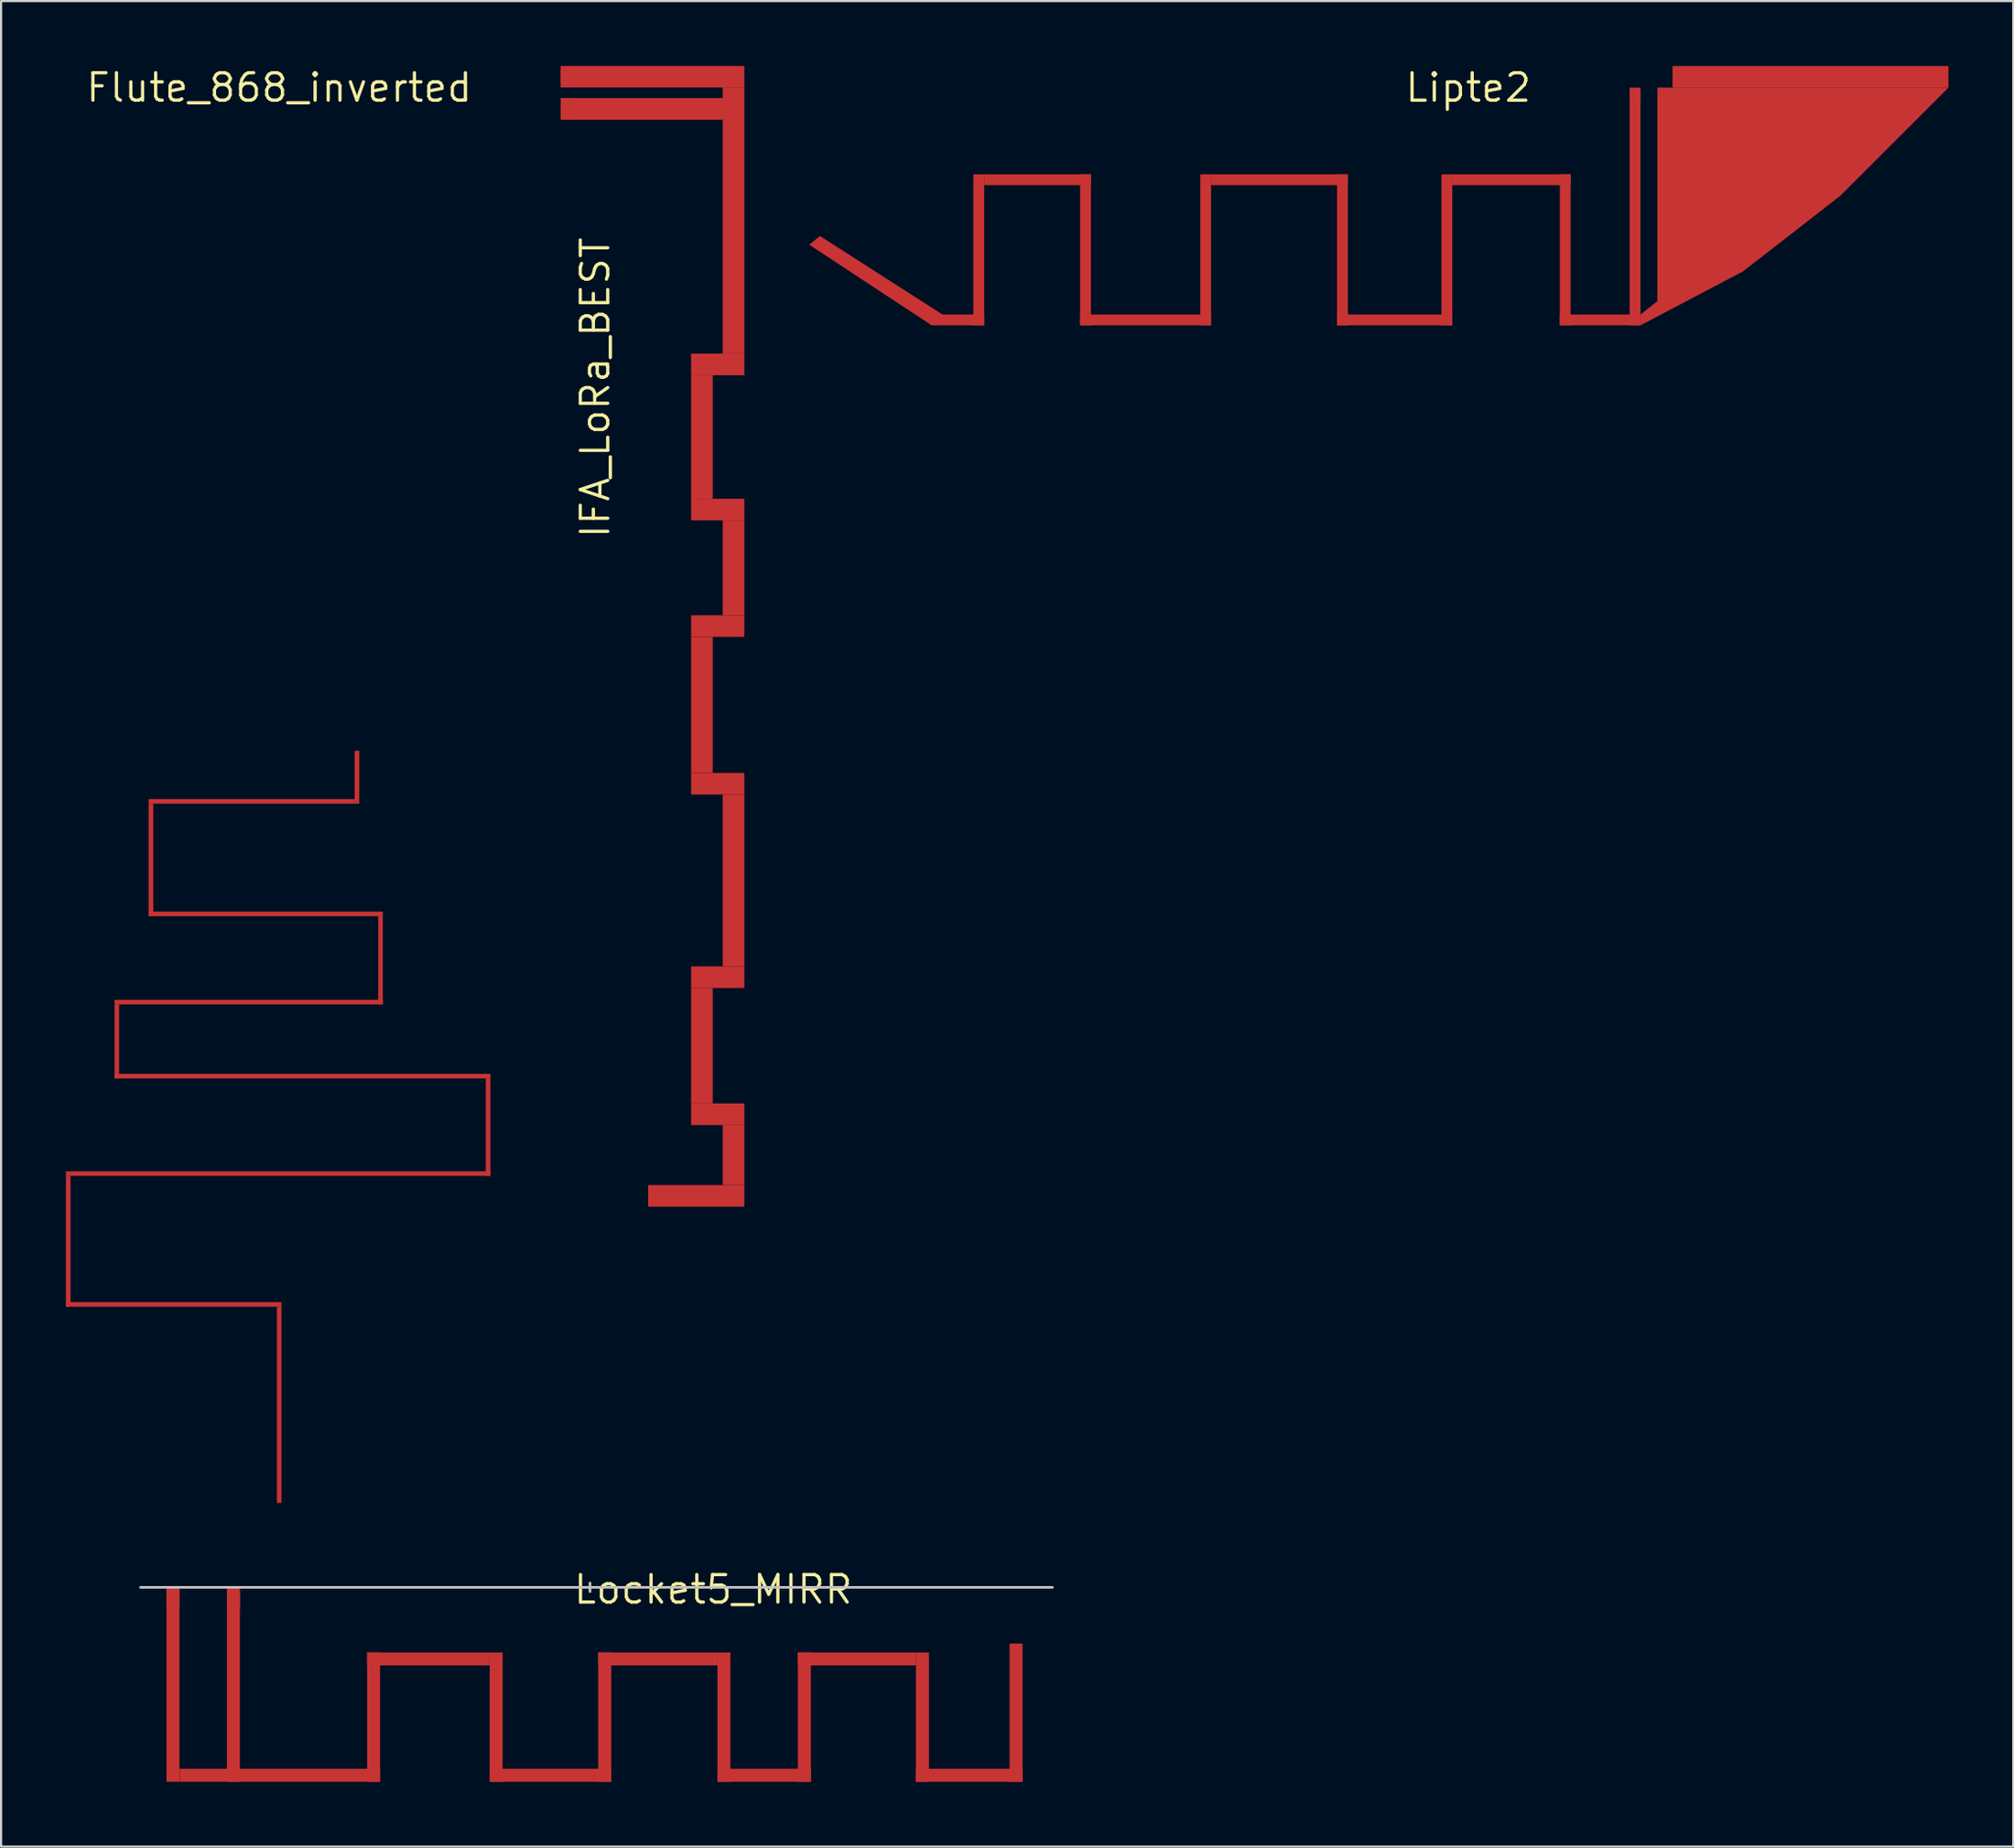
<source format=kicad_pcb>
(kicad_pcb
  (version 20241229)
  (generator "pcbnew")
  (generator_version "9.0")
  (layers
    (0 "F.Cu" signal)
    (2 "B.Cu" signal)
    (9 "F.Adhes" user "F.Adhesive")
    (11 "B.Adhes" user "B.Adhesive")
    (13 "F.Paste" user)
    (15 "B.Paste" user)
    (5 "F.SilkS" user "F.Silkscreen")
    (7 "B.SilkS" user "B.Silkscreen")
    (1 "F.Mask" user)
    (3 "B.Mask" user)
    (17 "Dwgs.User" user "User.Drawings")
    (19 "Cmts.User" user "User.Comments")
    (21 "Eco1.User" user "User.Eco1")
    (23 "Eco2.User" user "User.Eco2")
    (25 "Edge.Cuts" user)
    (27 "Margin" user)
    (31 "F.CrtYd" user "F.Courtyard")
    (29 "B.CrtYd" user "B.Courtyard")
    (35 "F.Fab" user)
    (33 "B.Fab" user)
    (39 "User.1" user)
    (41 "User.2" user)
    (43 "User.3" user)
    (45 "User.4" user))
  (footprint "Lipte2"
    (layer "F.Cu")
    (at 64.89 1.006)
    (property "Reference" "Lipte2" (at 0 0 0) (layer "F.SilkS") (effects (font (size 1.27 1.27) (thickness 0.15))))
    (attr smd exclude_from_bom allow_missing_courtyard)
    (fp_rect (start -22.398 11) (end -24.83 10.5) (stroke (width 0) (type solid)) (fill yes) (layer "F.Cu"))
    (fp_rect (start -22.398 11) (end -22.898 4.012) (stroke (width 0) (type solid)) (fill yes) (layer "F.Cu"))
    (fp_rect (start -17.461 4.012) (end -22.398 4.512) (stroke (width 0) (type solid)) (fill yes) (layer "F.Cu"))
    (fp_rect (start -17.461 11) (end -17.961 4.012) (stroke (width 0) (type solid)) (fill yes) (layer "F.Cu"))
    (fp_rect (start -11.9 11) (end -17.961 10.5) (stroke (width 0) (type solid)) (fill yes) (layer "F.Cu"))
    (fp_rect (start -11.9 11) (end -12.4 4.012) (stroke (width 0) (type solid)) (fill yes) (layer "F.Cu"))
    (fp_rect (start -5.57 4.012) (end -11.9 4.512) (stroke (width 0) (type solid)) (fill yes) (layer "F.Cu"))
    (fp_rect (start -5.57 11) (end -6.07 4.012) (stroke (width 0) (type solid)) (fill yes) (layer "F.Cu"))
    (fp_rect (start -0.739 11) (end -6.07 10.5) (stroke (width 0) (type solid)) (fill yes) (layer "F.Cu"))
    (fp_rect (start -0.739 11) (end -1.239 4.012) (stroke (width 0) (type solid)) (fill yes) (layer "F.Cu"))
    (fp_rect (start 4.737 4.012) (end -0.739 4.512) (stroke (width 0) (type solid)) (fill yes) (layer "F.Cu"))
    (fp_rect (start 4.737 11) (end 4.237 4.012) (stroke (width 0) (type solid)) (fill yes) (layer "F.Cu"))
    (fp_rect (start 7.97 11) (end 4.237 10.5) (stroke (width 0) (type solid)) (fill yes) (layer "F.Cu"))
    (fp_poly (pts (xy -24.33 10.5) (xy -29.998 6.867) (xy -30.498 7.267) (xy -24.83 11)) (stroke (width 0) (type solid)) (fill yes) (layer "F.Cu"))
    (fp_poly (pts (xy 7.47 0.2) (xy 7.97 0.2) (xy 7.97 11) (xy 7.47 11)) (stroke (width 0) (type solid)) (fill yes) (layer "F.Cu"))
    (fp_poly (pts (xy 7.97 11) (xy 12.72 8.5) (xy 17.22 5) (xy 22.22 0) (xy 8.75 0) (xy 8.75 9.882) (xy 7.97 10.5)) (stroke (width 0) (type solid)) (fill yes) (layer "F.Cu"))
    (pad "1" smd rect (at 7.72 0.25) (size 0.5 0.5) (layers "F.Cu"))
    (pad "2" smd rect (at 15.835 -0.5) (size 12.77 1) (layers "F.Cu")))
  (footprint "Flute_868_inverted"
    (layer "F.Cu")
    (at 9.868 31.706)
    (property "Reference" "Flute_868_inverted" (at 0 -30.7 0) (layer "F.SilkS") (effects (font (size 1.27 1.27) (thickness 0.15))))
    (fp_poly (pts (xy -9.868 19.666) (xy -9.655 19.666) (xy -9.655 25.72) (xy -9.868 25.72)) (stroke (width 0.001) (type solid)) (fill yes) (layer "F.Cu"))
    (fp_poly (pts (xy -9.868 25.72) (xy 0.106 25.72) (xy 0.106 25.508) (xy -9.868 25.508)) (stroke (width 0.001) (type solid)) (fill yes) (layer "F.Cu"))
    (fp_poly (pts (xy -7.618 11.729) (xy -7.406 11.729) (xy -7.406 15.158) (xy -7.618 15.158)) (stroke (width 0.001) (type solid)) (fill yes) (layer "F.Cu"))
    (fp_poly (pts (xy -7.618 15.158) (xy 9.773 15.158) (xy 9.773 14.946) (xy -7.618 14.946)) (stroke (width 0.001) (type solid)) (fill yes) (layer "F.Cu"))
    (fp_poly (pts (xy -6.037 2.439) (xy -5.824 2.439) (xy -5.824 7.648) (xy -6.037 7.648)) (stroke (width 0.001) (type solid)) (fill yes) (layer "F.Cu"))
    (fp_poly (pts (xy -6.037 7.648) (xy 4.797 7.648) (xy 4.797 7.435) (xy -6.037 7.435)) (stroke (width 0.001) (type solid)) (fill yes) (layer "F.Cu"))
    (fp_poly (pts (xy 0.106 25.72) (xy -0.106 25.72) (xy -0.106 34.8) (xy 0.106 34.8)) (stroke (width 0.001) (type solid)) (fill yes) (layer "F.Cu"))
    (fp_poly (pts (xy 3.494 2.439) (xy -6.037 2.439) (xy -6.037 2.226) (xy 3.494 2.226)) (stroke (width 0.001) (type solid)) (fill yes) (layer "F.Cu"))
    (fp_poly (pts (xy 3.706 0) (xy 3.494 0) (xy 3.494 2.439) (xy 3.706 2.439)) (stroke (width 0.001) (type solid)) (fill yes) (layer "F.Cu"))
    (fp_poly (pts (xy 4.797 7.648) (xy 4.585 7.648) (xy 4.585 11.729) (xy 4.797 11.729)) (stroke (width 0.001) (type solid)) (fill yes) (layer "F.Cu"))
    (fp_poly (pts (xy 4.797 11.729) (xy -7.618 11.729) (xy -7.618 11.517) (xy 4.797 11.517)) (stroke (width 0.001) (type solid)) (fill yes) (layer "F.Cu"))
    (fp_poly (pts (xy 9.773 15.158) (xy 9.56 15.158) (xy 9.56 19.666) (xy 9.773 19.666)) (stroke (width 0.001) (type solid)) (fill yes) (layer "F.Cu"))
    (fp_poly (pts (xy 9.773 19.666) (xy -9.868 19.666) (xy -9.868 19.454) (xy 9.773 19.454)) (stroke (width 0.001) (type solid)) (fill yes) (layer "F.Cu"))
    (pad "1" smd rect (at 3.6 0.1) (size 0.2 0.2) (layers "F.Cu")))
  (footprint "IFA_LoRa_BEST"
    (layer "F.Cu")
    (at 22.891 26.788)
    (property "Reference" "IFA_LoRa_BEST" (at 1.6 -11.9 270) (layer "F.SilkS") (effects (font (size 1.27 1.27) (thickness 0.15))))
    (attr through_hole)
    (fp_poly (pts (xy 0 -25.788) (xy 8.5 -25.788) (xy 8.5 -26.788) (xy 0 -26.788)) (stroke (width 0.001) (type solid)) (fill yes) (layer "F.Cu"))
    (fp_poly (pts (xy 0.2 -25.3) (xy 8.5 -25.3) (xy 8.5 -24.3) (xy 0.2 -24.3)) (stroke (width 0.001) (type solid)) (fill yes) (layer "F.Cu"))
    (fp_poly (pts (xy 6.038 -12.471) (xy 7.038 -12.471) (xy 7.038 -6.754) (xy 6.038 -6.754)) (stroke (width 0.001) (type solid)) (fill yes) (layer "F.Cu"))
    (fp_poly (pts (xy 6.038 -6.754) (xy 8.5 -6.754) (xy 8.5 -5.754) (xy 6.038 -5.754)) (stroke (width 0.001) (type solid)) (fill yes) (layer "F.Cu"))
    (fp_poly (pts (xy 6.038 -0.362) (xy 7.038 -0.362) (xy 7.038 5.933) (xy 6.038 5.933)) (stroke (width 0.001) (type solid)) (fill yes) (layer "F.Cu"))
    (fp_poly (pts (xy 6.038 5.933) (xy 8.5 5.933) (xy 8.5 6.933) (xy 6.038 6.933)) (stroke (width 0.001) (type solid)) (fill yes) (layer "F.Cu"))
    (fp_poly (pts (xy 6.038 15.888) (xy 7.038 15.888) (xy 7.038 21.229) (xy 6.038 21.229)) (stroke (width 0.001) (type solid)) (fill yes) (layer "F.Cu"))
    (fp_poly (pts (xy 6.038 21.229) (xy 8.5 21.229) (xy 8.5 22.229) (xy 6.038 22.229)) (stroke (width 0.001) (type solid)) (fill yes) (layer "F.Cu"))
    (fp_poly (pts (xy 7.5 -25.788) (xy 8.5 -25.788) (xy 8.5 -25.3) (xy 7.5 -25.3)) (stroke (width 0.001) (type solid)) (fill yes) (layer "F.Cu"))
    (fp_poly (pts (xy 8.5 -24.3) (xy 7.5 -24.3) (xy 7.5 -13.471) (xy 8.5 -13.471)) (stroke (width 0.001) (type solid)) (fill yes) (layer "F.Cu"))
    (fp_poly (pts (xy 8.5 -13.471) (xy 6.038 -13.471) (xy 6.038 -12.471) (xy 8.5 -12.471)) (stroke (width 0.001) (type solid)) (fill yes) (layer "F.Cu"))
    (fp_poly (pts (xy 8.5 -5.754) (xy 7.5 -5.754) (xy 7.5 -1.362) (xy 8.5 -1.362)) (stroke (width 0.001) (type solid)) (fill yes) (layer "F.Cu"))
    (fp_poly (pts (xy 8.5 -1.362) (xy 6.038 -1.362) (xy 6.038 -0.362) (xy 8.5 -0.362)) (stroke (width 0.001) (type solid)) (fill yes) (layer "F.Cu"))
    (fp_poly (pts (xy 8.5 6.933) (xy 7.5 6.933) (xy 7.5 14.888) (xy 8.5 14.888)) (stroke (width 0.001) (type solid)) (fill yes) (layer "F.Cu"))
    (fp_poly (pts (xy 8.5 14.888) (xy 6.038 14.888) (xy 6.038 15.888) (xy 8.5 15.888)) (stroke (width 0.001) (type solid)) (fill yes) (layer "F.Cu"))
    (fp_poly (pts (xy 8.5 22.229) (xy 7.5 22.229) (xy 7.5 25.008) (xy 8.5 25.008)) (stroke (width 0.001) (type solid)) (fill yes) (layer "F.Cu"))
    (fp_poly (pts (xy 8.5 25.008) (xy 4.05 25.008) (xy 4.05 26.008) (xy 8.5 26.008)) (stroke (width 0.001) (type solid)) (fill yes) (layer "F.Cu"))
    (pad "1" smd rect (at 0.3 -24.8) (size 0.6 1) (layers "F.Cu"))
    (pad "2" smd rect (at 0.3 -26.3) (size 0.6 0.6) (layers "F.Cu")))
  (footprint "Locket5_MIRR"
    (layer "F.Cu")
    (at 24.25 70.413)
    (property "Reference" "Locket5_MIRR" (at 5.7 0.1 0) (layer "F.SilkS") (effects (font (size 1.27 1.27) (thickness 0.15))))
    (attr through_hole)
    (fp_poly (pts (xy -18.996 0) (xy -19.596 0) (xy -19.596 9) (xy -18.996 9)) (stroke (width 0.001) (type solid)) (fill yes) (layer "F.Cu"))
    (fp_poly (pts (xy -16.8 9) (xy -18.996 9) (xy -18.996 8.4) (xy -16.8 8.4)) (stroke (width 0.001) (type solid)) (fill yes) (layer "F.Cu"))
    (fp_poly (pts (xy -16.8 9) (xy -9.712 9) (xy -9.712 8.4) (xy -16.8 8.4)) (stroke (width 0.001) (type solid)) (fill yes) (layer "F.Cu"))
    (fp_poly (pts (xy -16.2 0.2) (xy -16.8 0.2) (xy -16.8 9) (xy -16.2 9)) (stroke (width 0.001) (type solid)) (fill yes) (layer "F.Cu"))
    (fp_poly (pts (xy -10.312 3.014) (xy -4.642 3.014) (xy -4.642 3.614) (xy -10.312 3.614)) (stroke (width 0.001) (type solid)) (fill yes) (layer "F.Cu"))
    (fp_poly (pts (xy -10.312 9) (xy -9.712 9) (xy -9.712 3.014) (xy -10.312 3.014)) (stroke (width 0.001) (type solid)) (fill yes) (layer "F.Cu"))
    (fp_poly (pts (xy -4.642 9) (xy -4.042 9) (xy -4.042 3.014) (xy -4.642 3.014)) (stroke (width 0.001) (type solid)) (fill yes) (layer "F.Cu"))
    (fp_poly (pts (xy -4.642 9) (xy 0.98 9) (xy 0.98 8.4) (xy -4.642 8.4)) (stroke (width 0.001) (type solid)) (fill yes) (layer "F.Cu"))
    (fp_poly (pts (xy 0.38 3.014) (xy 5.899 3.014) (xy 5.899 3.614) (xy 0.38 3.614)) (stroke (width 0.001) (type solid)) (fill yes) (layer "F.Cu"))
    (fp_poly (pts (xy 0.38 9) (xy 0.98 9) (xy 0.98 3.014) (xy 0.38 3.014)) (stroke (width 0.001) (type solid)) (fill yes) (layer "F.Cu"))
    (fp_poly (pts (xy 5.899 9) (xy 6.499 9) (xy 6.499 3.014) (xy 5.899 3.014)) (stroke (width 0.001) (type solid)) (fill yes) (layer "F.Cu"))
    (fp_poly (pts (xy 5.899 9) (xy 10.221 9) (xy 10.221 8.4) (xy 5.899 8.4)) (stroke (width 0.001) (type solid)) (fill yes) (layer "F.Cu"))
    (fp_poly (pts (xy 9.621 3.014) (xy 15.084 3.014) (xy 15.084 3.614) (xy 9.621 3.614)) (stroke (width 0.001) (type solid)) (fill yes) (layer "F.Cu"))
    (fp_poly (pts (xy 9.621 9) (xy 10.221 9) (xy 10.221 3.014) (xy 9.621 3.014)) (stroke (width 0.001) (type solid)) (fill yes) (layer "F.Cu"))
    (fp_poly (pts (xy 15.084 9) (xy 15.684 9) (xy 15.684 3.014) (xy 15.084 3.014)) (stroke (width 0.001) (type solid)) (fill yes) (layer "F.Cu"))
    (fp_poly (pts (xy 15.084 9) (xy 20.017 9) (xy 20.017 8.4) (xy 15.084 8.4)) (stroke (width 0.001) (type solid)) (fill yes) (layer "F.Cu"))
    (fp_poly (pts (xy 19.417 9) (xy 20.017 9) (xy 20.017 2.603) (xy 19.417 2.603)) (stroke (width 0.001) (type solid)) (fill yes) (layer "F.Cu"))
    (fp_line (start -20.8 0) (end 21.4 0) (stroke (width 0.12) (type solid)) (layer "Dwgs.User"))
    (fp_line (start 0 0.2) (end 0 -0.2) (stroke (width 0.12) (type solid)) (layer "Dwgs.User"))
    (fp_poly (pts (xy -24.25 2.1) (xy -20.75 2.1) (xy -20.75 0) (xy -24.25 0)) (stroke (width 0.001) (type solid)) (fill no) (layer "Dwgs.User"))
    (fp_poly (pts (xy 24.25 2.1) (xy 20.75 2.1) (xy 20.75 0) (xy 24.25 0)) (stroke (width 0.001) (type solid)) (fill no) (layer "Dwgs.User"))
    (pad "1" smd rect (at -16.5 0.5) (size 0.6 1) (layers "F.Cu"))
    (pad "2" smd rect (at -19.3 0.5) (size 0.6 1) (layers "F.Cu")))
  (gr_rect
    (start -3 -3)
    (end 90.11 82.413)
    (stroke (width 0.1) (type default))
    (fill no)
    (layer "Edge.Cuts")))
</source>
